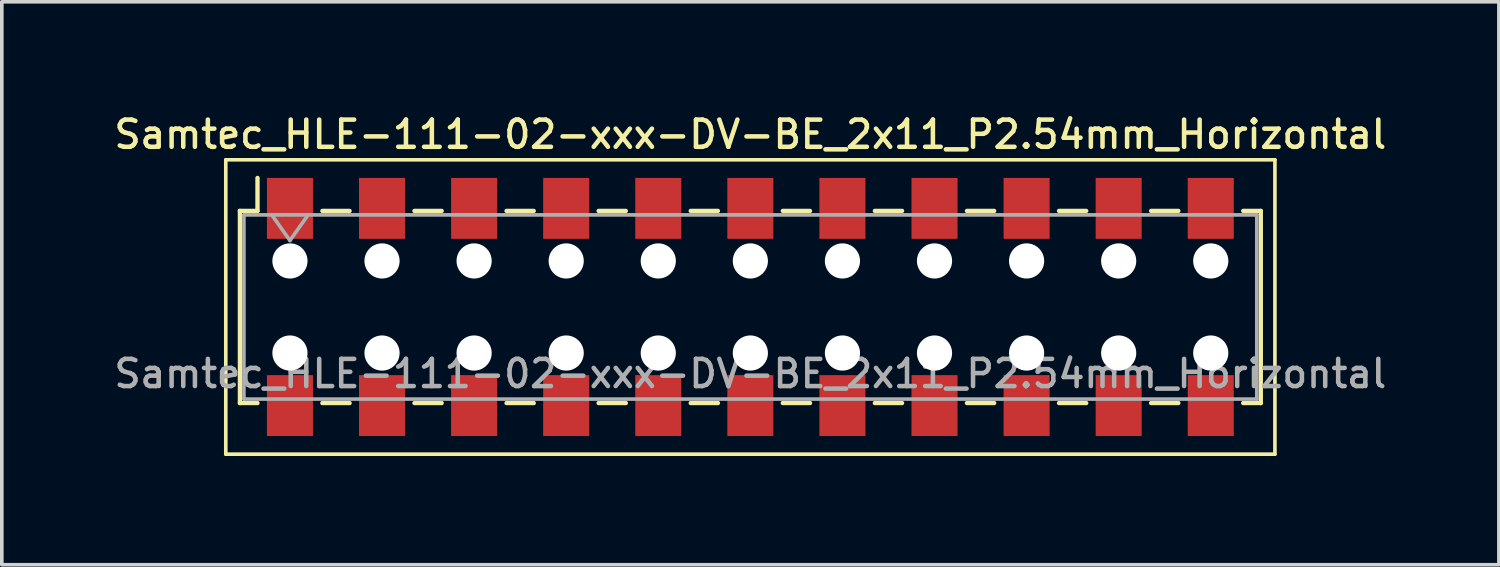
<source format=kicad_pcb>
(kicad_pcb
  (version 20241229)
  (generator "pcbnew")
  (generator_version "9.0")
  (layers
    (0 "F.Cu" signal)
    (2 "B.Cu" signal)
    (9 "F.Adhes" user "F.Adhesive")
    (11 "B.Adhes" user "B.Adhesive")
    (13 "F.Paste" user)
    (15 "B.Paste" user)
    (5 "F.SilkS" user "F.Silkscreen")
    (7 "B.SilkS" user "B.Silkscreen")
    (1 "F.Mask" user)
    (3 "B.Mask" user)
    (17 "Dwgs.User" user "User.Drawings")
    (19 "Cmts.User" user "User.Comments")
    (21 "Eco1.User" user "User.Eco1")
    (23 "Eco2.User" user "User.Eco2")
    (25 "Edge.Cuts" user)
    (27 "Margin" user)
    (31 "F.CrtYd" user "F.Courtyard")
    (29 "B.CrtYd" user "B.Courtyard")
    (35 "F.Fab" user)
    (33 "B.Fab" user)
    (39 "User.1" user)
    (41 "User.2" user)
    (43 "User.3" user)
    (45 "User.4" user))
  (footprint "Samtec_HLE-111-02-xxx-DV-BE_2x11_P2.54mm_Horizontal"
    (layer "F.Cu")
    (at 17.648 5.418)
    (property "Reference" "Samtec_HLE-111-02-xxx-DV-BE_2x11_P2.54mm_Horizontal" (at 0 -4.76 0) (layer "F.SilkS") (effects (font (size 0.75 0.75) (thickness 0.125))))
    (attr smd)
    (fp_line (start -14.47 -4.06) (end 14.47 -4.06) (stroke (width 0.1) (type solid)) (layer "F.SilkS"))
    (fp_line (start -14.47 4.06) (end -14.47 -4.06) (stroke (width 0.1) (type solid)) (layer "F.SilkS"))
    (fp_line (start -14.08 -2.65) (end -14.08 2.65) (stroke (width 0.12) (type solid)) (layer "F.SilkS"))
    (fp_line (start -14.08 2.65) (end -13.595 2.65) (stroke (width 0.12) (type solid)) (layer "F.SilkS"))
    (fp_line (start -13.595 -3.56) (end -13.595 -2.65) (stroke (width 0.12) (type solid)) (layer "F.SilkS"))
    (fp_line (start -13.595 -2.65) (end -14.08 -2.65) (stroke (width 0.12) (type solid)) (layer "F.SilkS"))
    (fp_line (start -11.805 -2.65) (end -11.055 -2.65) (stroke (width 0.12) (type solid)) (layer "F.SilkS"))
    (fp_line (start -11.805 2.65) (end -11.055 2.65) (stroke (width 0.12) (type solid)) (layer "F.SilkS"))
    (fp_line (start -9.265 -2.65) (end -8.515 -2.65) (stroke (width 0.12) (type solid)) (layer "F.SilkS"))
    (fp_line (start -9.265 2.65) (end -8.515 2.65) (stroke (width 0.12) (type solid)) (layer "F.SilkS"))
    (fp_line (start -6.725 -2.65) (end -5.975 -2.65) (stroke (width 0.12) (type solid)) (layer "F.SilkS"))
    (fp_line (start -6.725 2.65) (end -5.975 2.65) (stroke (width 0.12) (type solid)) (layer "F.SilkS"))
    (fp_line (start -4.185 -2.65) (end -3.435 -2.65) (stroke (width 0.12) (type solid)) (layer "F.SilkS"))
    (fp_line (start -4.185 2.65) (end -3.435 2.65) (stroke (width 0.12) (type solid)) (layer "F.SilkS"))
    (fp_line (start -1.645 -2.65) (end -0.895 -2.65) (stroke (width 0.12) (type solid)) (layer "F.SilkS"))
    (fp_line (start -1.645 2.65) (end -0.895 2.65) (stroke (width 0.12) (type solid)) (layer "F.SilkS"))
    (fp_line (start 0.895 -2.65) (end 1.645 -2.65) (stroke (width 0.12) (type solid)) (layer "F.SilkS"))
    (fp_line (start 0.895 2.65) (end 1.645 2.65) (stroke (width 0.12) (type solid)) (layer "F.SilkS"))
    (fp_line (start 3.435 -2.65) (end 4.185 -2.65) (stroke (width 0.12) (type solid)) (layer "F.SilkS"))
    (fp_line (start 3.435 2.65) (end 4.185 2.65) (stroke (width 0.12) (type solid)) (layer "F.SilkS"))
    (fp_line (start 5.975 -2.65) (end 6.725 -2.65) (stroke (width 0.12) (type solid)) (layer "F.SilkS"))
    (fp_line (start 5.975 2.65) (end 6.725 2.65) (stroke (width 0.12) (type solid)) (layer "F.SilkS"))
    (fp_line (start 8.515 -2.65) (end 9.265 -2.65) (stroke (width 0.12) (type solid)) (layer "F.SilkS"))
    (fp_line (start 8.515 2.65) (end 9.265 2.65) (stroke (width 0.12) (type solid)) (layer "F.SilkS"))
    (fp_line (start 11.055 -2.65) (end 11.805 -2.65) (stroke (width 0.12) (type solid)) (layer "F.SilkS"))
    (fp_line (start 11.055 2.65) (end 11.805 2.65) (stroke (width 0.12) (type solid)) (layer "F.SilkS"))
    (fp_line (start 13.595 -2.65) (end 14.08 -2.65) (stroke (width 0.12) (type solid)) (layer "F.SilkS"))
    (fp_line (start 14.08 -2.65) (end 14.08 2.65) (stroke (width 0.12) (type solid)) (layer "F.SilkS"))
    (fp_line (start 14.08 2.65) (end 13.595 2.65) (stroke (width 0.12) (type solid)) (layer "F.SilkS"))
    (fp_line (start 14.47 -4.06) (end 14.47 4.06) (stroke (width 0.1) (type solid)) (layer "F.SilkS"))
    (fp_line (start 14.47 4.06) (end -14.47 4.06) (stroke (width 0.1) (type solid)) (layer "F.SilkS"))
    (fp_line (start -13.97 -2.54) (end 13.97 -2.54) (stroke (width 0.1) (type solid)) (layer "F.Fab"))
    (fp_line (start -13.97 2.54) (end -13.97 -2.54) (stroke (width 0.1) (type solid)) (layer "F.Fab"))
    (fp_line (start -13.2 -2.54) (end -12.7 -1.833) (stroke (width 0.1) (type solid)) (layer "F.Fab"))
    (fp_line (start -12.7 -1.833) (end -12.2 -2.54) (stroke (width 0.1) (type solid)) (layer "F.Fab"))
    (fp_line (start 13.97 -2.54) (end 13.97 2.54) (stroke (width 0.1) (type solid)) (layer "F.Fab"))
    (fp_line (start 13.97 2.54) (end -13.97 2.54) (stroke (width 0.1) (type solid)) (layer "F.Fab"))
    (fp_text user "${REFERENCE}" (at 0 1.84 0) (layer "F.Fab") (effects (font (size 0.75 0.75) (thickness 0.125))))
    (pad "" np_thru_hole circle (at -12.7 -1.27) (size 0.97 0.97) (drill 0.97) (layers "*.Cu" "*.Mask"))
    (pad "" np_thru_hole circle (at -12.7 1.27) (size 0.97 0.97) (drill 0.97) (layers "*.Cu" "*.Mask"))
    (pad "" np_thru_hole circle (at -10.16 -1.27) (size 0.97 0.97) (drill 0.97) (layers "*.Cu" "*.Mask"))
    (pad "" np_thru_hole circle (at -10.16 1.27) (size 0.97 0.97) (drill 0.97) (layers "*.Cu" "*.Mask"))
    (pad "" np_thru_hole circle (at -7.62 -1.27) (size 0.97 0.97) (drill 0.97) (layers "*.Cu" "*.Mask"))
    (pad "" np_thru_hole circle (at -7.62 1.27) (size 0.97 0.97) (drill 0.97) (layers "*.Cu" "*.Mask"))
    (pad "" np_thru_hole circle (at -5.08 -1.27) (size 0.97 0.97) (drill 0.97) (layers "*.Cu" "*.Mask"))
    (pad "" np_thru_hole circle (at -5.08 1.27) (size 0.97 0.97) (drill 0.97) (layers "*.Cu" "*.Mask"))
    (pad "" np_thru_hole circle (at -2.54 -1.27) (size 0.97 0.97) (drill 0.97) (layers "*.Cu" "*.Mask"))
    (pad "" np_thru_hole circle (at -2.54 1.27) (size 0.97 0.97) (drill 0.97) (layers "*.Cu" "*.Mask"))
    (pad "" np_thru_hole circle (at 0 -1.27) (size 0.97 0.97) (drill 0.97) (layers "*.Cu" "*.Mask"))
    (pad "" np_thru_hole circle (at 0 1.27) (size 0.97 0.97) (drill 0.97) (layers "*.Cu" "*.Mask"))
    (pad "" np_thru_hole circle (at 2.54 -1.27) (size 0.97 0.97) (drill 0.97) (layers "*.Cu" "*.Mask"))
    (pad "" np_thru_hole circle (at 2.54 1.27) (size 0.97 0.97) (drill 0.97) (layers "*.Cu" "*.Mask"))
    (pad "" np_thru_hole circle (at 5.08 -1.27) (size 0.97 0.97) (drill 0.97) (layers "*.Cu" "*.Mask"))
    (pad "" np_thru_hole circle (at 5.08 1.27) (size 0.97 0.97) (drill 0.97) (layers "*.Cu" "*.Mask"))
    (pad "" np_thru_hole circle (at 7.62 -1.27) (size 0.97 0.97) (drill 0.97) (layers "*.Cu" "*.Mask"))
    (pad "" np_thru_hole circle (at 7.62 1.27) (size 0.97 0.97) (drill 0.97) (layers "*.Cu" "*.Mask"))
    (pad "" np_thru_hole circle (at 10.16 -1.27) (size 0.97 0.97) (drill 0.97) (layers "*.Cu" "*.Mask"))
    (pad "" np_thru_hole circle (at 10.16 1.27) (size 0.97 0.97) (drill 0.97) (layers "*.Cu" "*.Mask"))
    (pad "" np_thru_hole circle (at 12.7 -1.27) (size 0.97 0.97) (drill 0.97) (layers "*.Cu" "*.Mask"))
    (pad "" np_thru_hole circle (at 12.7 1.27) (size 0.97 0.97) (drill 0.97) (layers "*.Cu" "*.Mask"))
    (pad "1" smd rect (at -12.7 -2.72) (size 1.27 1.68) (layers "F.Cu" "F.Mask" "F.Paste"))
    (pad "2" smd rect (at -12.7 2.72) (size 1.27 1.68) (layers "F.Cu" "F.Mask" "F.Paste"))
    (pad "3" smd rect (at -10.16 -2.72) (size 1.27 1.68) (layers "F.Cu" "F.Mask" "F.Paste"))
    (pad "4" smd rect (at -10.16 2.72) (size 1.27 1.68) (layers "F.Cu" "F.Mask" "F.Paste"))
    (pad "5" smd rect (at -7.62 -2.72) (size 1.27 1.68) (layers "F.Cu" "F.Mask" "F.Paste"))
    (pad "6" smd rect (at -7.62 2.72) (size 1.27 1.68) (layers "F.Cu" "F.Mask" "F.Paste"))
    (pad "7" smd rect (at -5.08 -2.72) (size 1.27 1.68) (layers "F.Cu" "F.Mask" "F.Paste"))
    (pad "8" smd rect (at -5.08 2.72) (size 1.27 1.68) (layers "F.Cu" "F.Mask" "F.Paste"))
    (pad "9" smd rect (at -2.54 -2.72) (size 1.27 1.68) (layers "F.Cu" "F.Mask" "F.Paste"))
    (pad "10" smd rect (at -2.54 2.72) (size 1.27 1.68) (layers "F.Cu" "F.Mask" "F.Paste"))
    (pad "11" smd rect (at 0 -2.72) (size 1.27 1.68) (layers "F.Cu" "F.Mask" "F.Paste"))
    (pad "12" smd rect (at 0 2.72) (size 1.27 1.68) (layers "F.Cu" "F.Mask" "F.Paste"))
    (pad "13" smd rect (at 2.54 -2.72) (size 1.27 1.68) (layers "F.Cu" "F.Mask" "F.Paste"))
    (pad "14" smd rect (at 2.54 2.72) (size 1.27 1.68) (layers "F.Cu" "F.Mask" "F.Paste"))
    (pad "15" smd rect (at 5.08 -2.72) (size 1.27 1.68) (layers "F.Cu" "F.Mask" "F.Paste"))
    (pad "16" smd rect (at 5.08 2.72) (size 1.27 1.68) (layers "F.Cu" "F.Mask" "F.Paste"))
    (pad "17" smd rect (at 7.62 -2.72) (size 1.27 1.68) (layers "F.Cu" "F.Mask" "F.Paste"))
    (pad "18" smd rect (at 7.62 2.72) (size 1.27 1.68) (layers "F.Cu" "F.Mask" "F.Paste"))
    (pad "19" smd rect (at 10.16 -2.72) (size 1.27 1.68) (layers "F.Cu" "F.Mask" "F.Paste"))
    (pad "20" smd rect (at 10.16 2.72) (size 1.27 1.68) (layers "F.Cu" "F.Mask" "F.Paste"))
    (pad "21" smd rect (at 12.7 -2.72) (size 1.27 1.68) (layers "F.Cu" "F.Mask" "F.Paste"))
    (pad "22" smd rect (at 12.7 2.72) (size 1.27 1.68) (layers "F.Cu" "F.Mask" "F.Paste")))
  (gr_rect
    (start -3 -3)
    (end 38.296 12.528)
    (stroke (width 0.1) (type default))
    (fill no)
    (layer "Edge.Cuts")))
</source>
